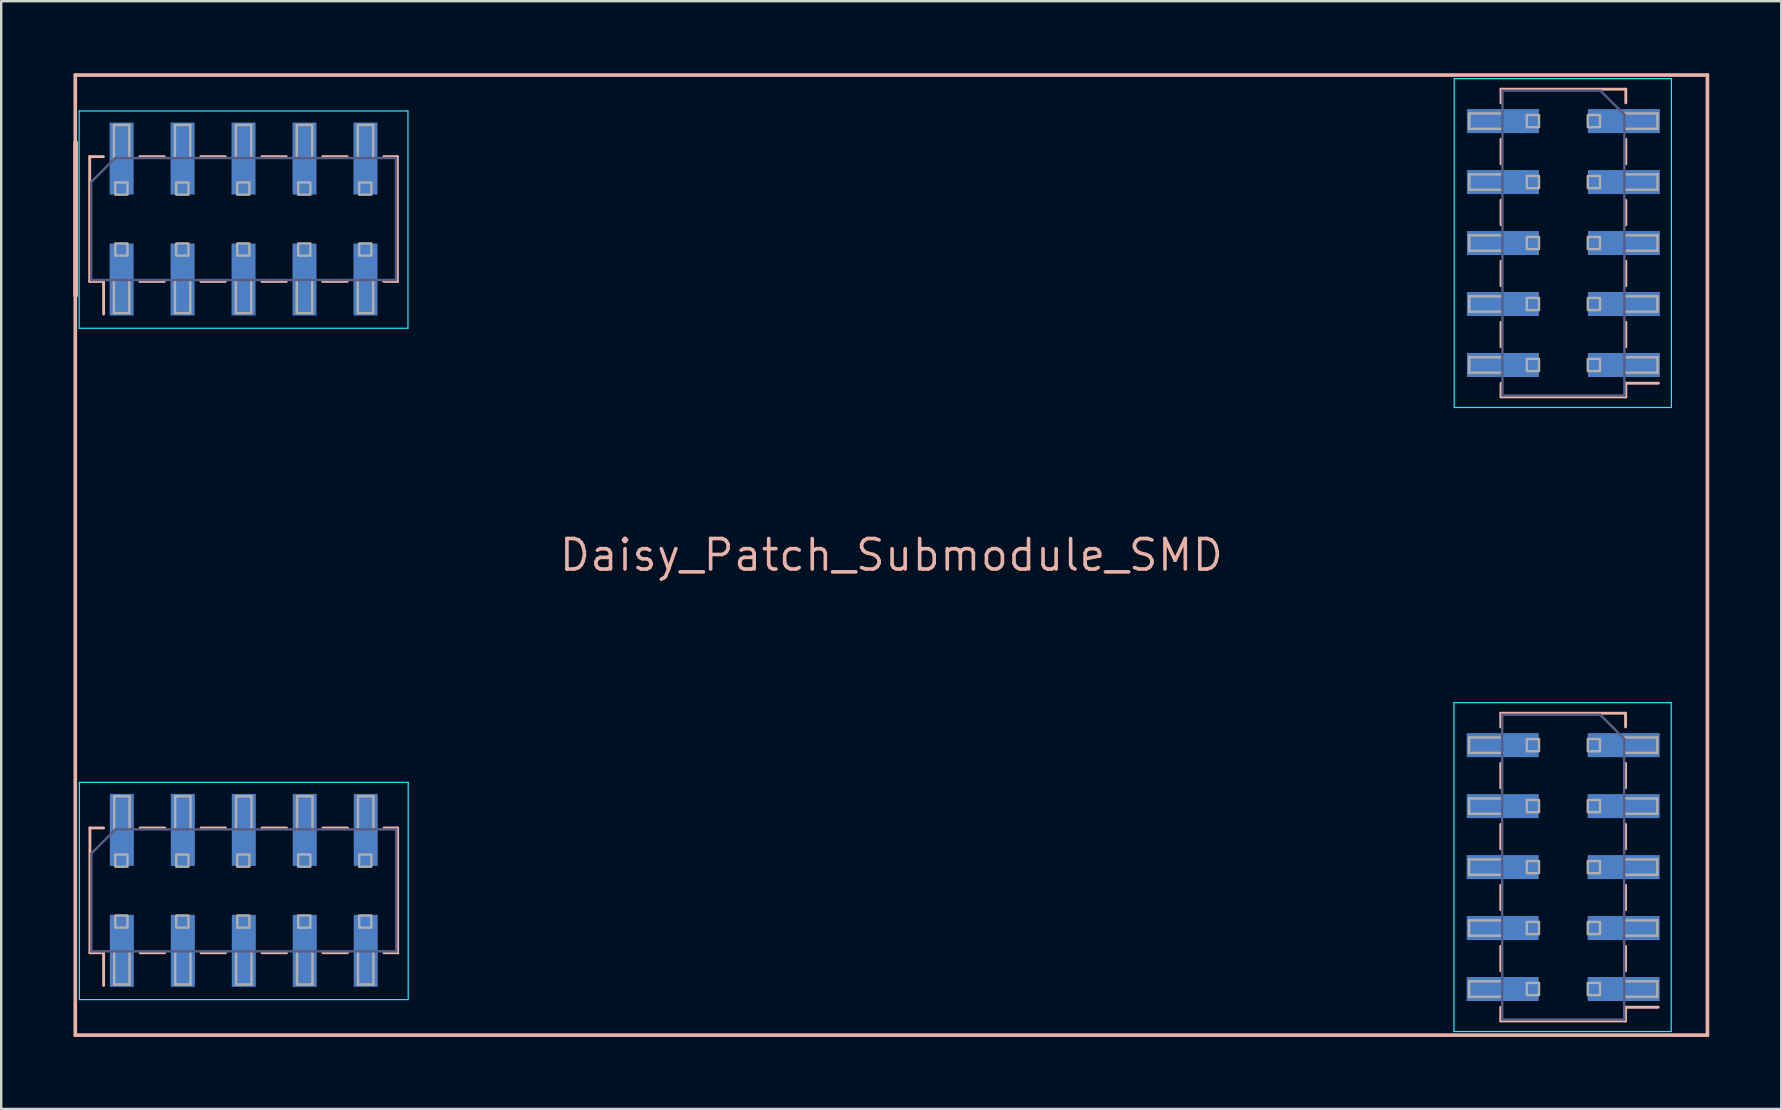
<source format=kicad_pcb>
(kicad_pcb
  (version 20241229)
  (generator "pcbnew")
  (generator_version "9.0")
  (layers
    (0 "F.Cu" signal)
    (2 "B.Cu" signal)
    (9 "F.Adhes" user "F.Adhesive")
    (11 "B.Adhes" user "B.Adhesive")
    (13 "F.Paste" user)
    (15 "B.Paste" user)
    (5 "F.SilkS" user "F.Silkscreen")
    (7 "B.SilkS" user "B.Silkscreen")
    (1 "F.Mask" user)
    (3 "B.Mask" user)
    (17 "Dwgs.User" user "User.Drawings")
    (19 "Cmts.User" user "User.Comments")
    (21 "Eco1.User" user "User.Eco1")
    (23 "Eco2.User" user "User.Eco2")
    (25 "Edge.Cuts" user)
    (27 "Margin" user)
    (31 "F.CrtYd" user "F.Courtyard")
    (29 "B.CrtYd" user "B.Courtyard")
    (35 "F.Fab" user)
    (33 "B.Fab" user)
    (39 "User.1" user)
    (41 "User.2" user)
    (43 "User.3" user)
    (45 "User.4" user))
  (footprint "Daisy_Patch_Submodule_SMD"
    (layer "F.Cu")
    (at 34.087 20.076)
    (property "Reference" "Daisy_Patch_Submodule_SMD" (at 0 0 0) (layer "B.SilkS") (effects (font (size 1.27 1.27) (thickness 0.15))))
    (attr through_hole)
    (fp_line (start -34 -20) (end 34 -20) (stroke (width 0.152) (type solid)) (layer "B.SilkS"))
    (fp_line (start -34 20) (end -34 -20) (stroke (width 0.152) (type solid)) (layer "B.SilkS"))
    (fp_line (start -34 20) (end 34 20) (stroke (width 0.152) (type solid)) (layer "B.SilkS"))
    (fp_line (start -33.985 -10.825) (end -33.985 -17.175) (stroke (width 0.203) (type solid)) (layer "B.SilkS"))
    (fp_line (start -33.4 -16.6) (end -32.83 -16.6) (stroke (width 0.12) (type solid)) (layer "B.SilkS"))
    (fp_line (start -33.4 -11.4) (end -33.4 -16.6) (stroke (width 0.12) (type solid)) (layer "B.SilkS"))
    (fp_line (start -33.4 -11.4) (end -32.83 -11.4) (stroke (width 0.12) (type solid)) (layer "B.SilkS"))
    (fp_line (start -33.39 11.37) (end -32.82 11.37) (stroke (width 0.12) (type solid)) (layer "B.SilkS"))
    (fp_line (start -33.39 16.57) (end -33.39 11.37) (stroke (width 0.12) (type solid)) (layer "B.SilkS"))
    (fp_line (start -33.39 16.57) (end -32.82 16.57) (stroke (width 0.12) (type solid)) (layer "B.SilkS"))
    (fp_line (start -32.82 -10.04) (end -32.82 -11.4) (stroke (width 0.12) (type solid)) (layer "B.SilkS"))
    (fp_line (start -32.82 17.93) (end -32.82 16.57) (stroke (width 0.12) (type solid)) (layer "B.SilkS"))
    (fp_line (start -31.31 -16.6) (end -30.29 -16.6) (stroke (width 0.12) (type solid)) (layer "B.SilkS"))
    (fp_line (start -31.31 -11.4) (end -30.29 -11.4) (stroke (width 0.12) (type solid)) (layer "B.SilkS"))
    (fp_line (start -31.3 11.37) (end -30.28 11.37) (stroke (width 0.12) (type solid)) (layer "B.SilkS"))
    (fp_line (start -31.3 16.57) (end -30.28 16.57) (stroke (width 0.12) (type solid)) (layer "B.SilkS"))
    (fp_line (start -28.77 -16.6) (end -27.75 -16.6) (stroke (width 0.12) (type solid)) (layer "B.SilkS"))
    (fp_line (start -28.77 -11.4) (end -27.75 -11.4) (stroke (width 0.12) (type solid)) (layer "B.SilkS"))
    (fp_line (start -28.76 11.37) (end -27.74 11.37) (stroke (width 0.12) (type solid)) (layer "B.SilkS"))
    (fp_line (start -28.76 16.57) (end -27.74 16.57) (stroke (width 0.12) (type solid)) (layer "B.SilkS"))
    (fp_line (start -26.23 -16.6) (end -25.21 -16.6) (stroke (width 0.12) (type solid)) (layer "B.SilkS"))
    (fp_line (start -26.23 -11.4) (end -25.21 -11.4) (stroke (width 0.12) (type solid)) (layer "B.SilkS"))
    (fp_line (start -26.22 11.37) (end -25.2 11.37) (stroke (width 0.12) (type solid)) (layer "B.SilkS"))
    (fp_line (start -26.22 16.57) (end -25.2 16.57) (stroke (width 0.12) (type solid)) (layer "B.SilkS"))
    (fp_line (start -23.69 -16.6) (end -22.67 -16.6) (stroke (width 0.12) (type solid)) (layer "B.SilkS"))
    (fp_line (start -23.69 -11.4) (end -22.67 -11.4) (stroke (width 0.12) (type solid)) (layer "B.SilkS"))
    (fp_line (start -23.68 11.37) (end -22.66 11.37) (stroke (width 0.12) (type solid)) (layer "B.SilkS"))
    (fp_line (start -23.68 16.57) (end -22.66 16.57) (stroke (width 0.12) (type solid)) (layer "B.SilkS"))
    (fp_line (start -21.15 -16.6) (end -20.58 -16.6) (stroke (width 0.12) (type solid)) (layer "B.SilkS"))
    (fp_line (start -21.15 -11.4) (end -20.58 -11.4) (stroke (width 0.12) (type solid)) (layer "B.SilkS"))
    (fp_line (start -21.14 11.37) (end -20.57 11.37) (stroke (width 0.12) (type solid)) (layer "B.SilkS"))
    (fp_line (start -21.14 16.57) (end -20.57 16.57) (stroke (width 0.12) (type solid)) (layer "B.SilkS"))
    (fp_line (start -20.58 -11.4) (end -20.58 -16.6) (stroke (width 0.12) (type solid)) (layer "B.SilkS"))
    (fp_line (start -20.57 16.57) (end -20.57 11.37) (stroke (width 0.12) (type solid)) (layer "B.SilkS"))
    (fp_line (start 25.39 6.59) (end 25.39 7.16) (stroke (width 0.12) (type solid)) (layer "B.SilkS"))
    (fp_line (start 25.39 6.59) (end 30.59 6.59) (stroke (width 0.12) (type solid)) (layer "B.SilkS"))
    (fp_line (start 25.39 8.68) (end 25.39 9.7) (stroke (width 0.12) (type solid)) (layer "B.SilkS"))
    (fp_line (start 25.39 11.22) (end 25.39 12.24) (stroke (width 0.12) (type solid)) (layer "B.SilkS"))
    (fp_line (start 25.39 13.76) (end 25.39 14.78) (stroke (width 0.12) (type solid)) (layer "B.SilkS"))
    (fp_line (start 25.39 16.3) (end 25.39 17.32) (stroke (width 0.12) (type solid)) (layer "B.SilkS"))
    (fp_line (start 25.39 18.84) (end 25.39 19.41) (stroke (width 0.12) (type solid)) (layer "B.SilkS"))
    (fp_line (start 25.39 19.41) (end 30.59 19.41) (stroke (width 0.12) (type solid)) (layer "B.SilkS"))
    (fp_line (start 25.4 -19.41) (end 25.4 -18.84) (stroke (width 0.12) (type solid)) (layer "B.SilkS"))
    (fp_line (start 25.4 -19.41) (end 30.6 -19.41) (stroke (width 0.12) (type solid)) (layer "B.SilkS"))
    (fp_line (start 25.4 -17.32) (end 25.4 -16.3) (stroke (width 0.12) (type solid)) (layer "B.SilkS"))
    (fp_line (start 25.4 -14.78) (end 25.4 -13.76) (stroke (width 0.12) (type solid)) (layer "B.SilkS"))
    (fp_line (start 25.4 -12.24) (end 25.4 -11.22) (stroke (width 0.12) (type solid)) (layer "B.SilkS"))
    (fp_line (start 25.4 -9.7) (end 25.4 -8.68) (stroke (width 0.12) (type solid)) (layer "B.SilkS"))
    (fp_line (start 25.4 -7.16) (end 25.4 -6.59) (stroke (width 0.12) (type solid)) (layer "B.SilkS"))
    (fp_line (start 25.4 -6.59) (end 30.6 -6.59) (stroke (width 0.12) (type solid)) (layer "B.SilkS"))
    (fp_line (start 30.59 6.59) (end 30.59 7.16) (stroke (width 0.12) (type solid)) (layer "B.SilkS"))
    (fp_line (start 30.59 8.68) (end 30.59 9.7) (stroke (width 0.12) (type solid)) (layer "B.SilkS"))
    (fp_line (start 30.59 11.22) (end 30.59 12.24) (stroke (width 0.12) (type solid)) (layer "B.SilkS"))
    (fp_line (start 30.59 13.76) (end 30.59 14.78) (stroke (width 0.12) (type solid)) (layer "B.SilkS"))
    (fp_line (start 30.59 16.3) (end 30.59 17.32) (stroke (width 0.12) (type solid)) (layer "B.SilkS"))
    (fp_line (start 30.59 18.84) (end 30.59 19.41) (stroke (width 0.12) (type solid)) (layer "B.SilkS"))
    (fp_line (start 30.59 18.84) (end 31.95 18.84) (stroke (width 0.12) (type solid)) (layer "B.SilkS"))
    (fp_line (start 30.6 -19.41) (end 30.6 -18.84) (stroke (width 0.12) (type solid)) (layer "B.SilkS"))
    (fp_line (start 30.6 -17.32) (end 30.6 -16.3) (stroke (width 0.12) (type solid)) (layer "B.SilkS"))
    (fp_line (start 30.6 -14.78) (end 30.6 -13.76) (stroke (width 0.12) (type solid)) (layer "B.SilkS"))
    (fp_line (start 30.6 -12.24) (end 30.6 -11.22) (stroke (width 0.12) (type solid)) (layer "B.SilkS"))
    (fp_line (start 30.6 -9.7) (end 30.6 -8.68) (stroke (width 0.12) (type solid)) (layer "B.SilkS"))
    (fp_line (start 30.6 -7.16) (end 30.6 -6.59) (stroke (width 0.12) (type solid)) (layer "B.SilkS"))
    (fp_line (start 30.6 -7.16) (end 31.96 -7.16) (stroke (width 0.12) (type solid)) (layer "B.SilkS"))
    (fp_line (start 34 20) (end 34 -20) (stroke (width 0.152) (type solid)) (layer "B.SilkS"))
    (fp_line (start -33.84 -18.5) (end -20.14 -18.5) (stroke (width 0.05) (type solid)) (layer "B.CrtYd"))
    (fp_line (start -33.84 -9.45) (end -33.84 -18.5) (stroke (width 0.05) (type solid)) (layer "B.CrtYd"))
    (fp_line (start -33.83 9.47) (end -20.13 9.47) (stroke (width 0.05) (type solid)) (layer "B.CrtYd"))
    (fp_line (start -33.83 18.52) (end -33.83 9.47) (stroke (width 0.05) (type solid)) (layer "B.CrtYd"))
    (fp_line (start -20.14 -18.5) (end -20.14 -9.45) (stroke (width 0.05) (type solid)) (layer "B.CrtYd"))
    (fp_line (start -20.14 -9.45) (end -33.84 -9.45) (stroke (width 0.05) (type solid)) (layer "B.CrtYd"))
    (fp_line (start -20.13 9.47) (end -20.13 18.52) (stroke (width 0.05) (type solid)) (layer "B.CrtYd"))
    (fp_line (start -20.13 18.52) (end -33.83 18.52) (stroke (width 0.05) (type solid)) (layer "B.CrtYd"))
    (fp_line (start 23.44 6.15) (end 32.49 6.15) (stroke (width 0.05) (type solid)) (layer "B.CrtYd"))
    (fp_line (start 23.44 19.85) (end 23.44 6.15) (stroke (width 0.05) (type solid)) (layer "B.CrtYd"))
    (fp_line (start 23.45 -19.85) (end 32.5 -19.85) (stroke (width 0.05) (type solid)) (layer "B.CrtYd"))
    (fp_line (start 23.45 -6.15) (end 23.45 -19.85) (stroke (width 0.05) (type solid)) (layer "B.CrtYd"))
    (fp_line (start 32.49 6.15) (end 32.49 19.85) (stroke (width 0.05) (type solid)) (layer "B.CrtYd"))
    (fp_line (start 32.49 19.85) (end 23.44 19.85) (stroke (width 0.05) (type solid)) (layer "B.CrtYd"))
    (fp_line (start 32.5 -19.85) (end 32.5 -6.15) (stroke (width 0.05) (type solid)) (layer "B.CrtYd"))
    (fp_line (start 32.5 -6.15) (end 23.45 -6.15) (stroke (width 0.05) (type solid)) (layer "B.CrtYd"))
    (fp_line (start -33.34 -15.54) (end -32.34 -16.54) (stroke (width 0.1) (type solid)) (layer "B.Fab"))
    (fp_line (start -33.34 -11.46) (end -33.34 -15.54) (stroke (width 0.1) (type solid)) (layer "B.Fab"))
    (fp_line (start -33.33 12.43) (end -32.33 11.43) (stroke (width 0.1) (type solid)) (layer "B.Fab"))
    (fp_line (start -33.33 16.51) (end -33.33 12.43) (stroke (width 0.1) (type solid)) (layer "B.Fab"))
    (fp_line (start -32.34 -16.54) (end -20.64 -16.54) (stroke (width 0.1) (type solid)) (layer "B.Fab"))
    (fp_line (start -32.33 11.43) (end -20.63 11.43) (stroke (width 0.1) (type solid)) (layer "B.Fab"))
    (fp_line (start -20.64 -16.54) (end -20.64 -11.46) (stroke (width 0.1) (type solid)) (layer "B.Fab"))
    (fp_line (start -20.64 -11.46) (end -33.34 -11.46) (stroke (width 0.1) (type solid)) (layer "B.Fab"))
    (fp_line (start -20.63 11.43) (end -20.63 16.51) (stroke (width 0.1) (type solid)) (layer "B.Fab"))
    (fp_line (start -20.63 16.51) (end -33.33 16.51) (stroke (width 0.1) (type solid)) (layer "B.Fab"))
    (fp_line (start 25.45 6.65) (end 29.53 6.65) (stroke (width 0.1) (type solid)) (layer "B.Fab"))
    (fp_line (start 25.45 19.35) (end 25.45 6.65) (stroke (width 0.1) (type solid)) (layer "B.Fab"))
    (fp_line (start 25.46 -19.35) (end 29.54 -19.35) (stroke (width 0.1) (type solid)) (layer "B.Fab"))
    (fp_line (start 25.46 -6.65) (end 25.46 -19.35) (stroke (width 0.1) (type solid)) (layer "B.Fab"))
    (fp_line (start 29.53 6.65) (end 30.53 7.65) (stroke (width 0.1) (type solid)) (layer "B.Fab"))
    (fp_line (start 29.54 -19.35) (end 30.54 -18.35) (stroke (width 0.1) (type solid)) (layer "B.Fab"))
    (fp_line (start 30.53 7.65) (end 30.53 19.35) (stroke (width 0.1) (type solid)) (layer "B.Fab"))
    (fp_line (start 30.53 19.35) (end 25.45 19.35) (stroke (width 0.1) (type solid)) (layer "B.Fab"))
    (fp_line (start 30.54 -18.35) (end 30.54 -6.65) (stroke (width 0.1) (type solid)) (layer "B.Fab"))
    (fp_line (start 30.54 -6.65) (end 25.46 -6.65) (stroke (width 0.1) (type solid)) (layer "B.Fab"))
    (fp_line (start -32.39 -17.92) (end -31.75 -17.92) (stroke (width 0.1) (type solid)) (layer "F.Fab"))
    (fp_line (start -32.39 -16.54) (end -32.39 -17.92) (stroke (width 0.1) (type solid)) (layer "F.Fab"))
    (fp_line (start -32.39 -10.08) (end -32.39 -11.46) (stroke (width 0.1) (type solid)) (layer "F.Fab"))
    (fp_line (start -32.38 10.05) (end -31.74 10.05) (stroke (width 0.1) (type solid)) (layer "F.Fab"))
    (fp_line (start -32.38 11.43) (end -32.38 10.05) (stroke (width 0.1) (type solid)) (layer "F.Fab"))
    (fp_line (start -32.38 17.89) (end -32.38 16.51) (stroke (width 0.1) (type solid)) (layer "F.Fab"))
    (fp_line (start -31.75 -17.92) (end -31.75 -16.54) (stroke (width 0.1) (type solid)) (layer "F.Fab"))
    (fp_line (start -31.75 -11.46) (end -31.75 -10.08) (stroke (width 0.1) (type solid)) (layer "F.Fab"))
    (fp_line (start -31.75 -10.08) (end -32.39 -10.08) (stroke (width 0.1) (type solid)) (layer "F.Fab"))
    (fp_line (start -31.74 10.05) (end -31.74 11.43) (stroke (width 0.1) (type solid)) (layer "F.Fab"))
    (fp_line (start -31.74 16.51) (end -31.74 17.89) (stroke (width 0.1) (type solid)) (layer "F.Fab"))
    (fp_line (start -31.74 17.89) (end -32.38 17.89) (stroke (width 0.1) (type solid)) (layer "F.Fab"))
    (fp_line (start -29.85 -17.92) (end -29.21 -17.92) (stroke (width 0.1) (type solid)) (layer "F.Fab"))
    (fp_line (start -29.85 -16.54) (end -29.85 -17.92) (stroke (width 0.1) (type solid)) (layer "F.Fab"))
    (fp_line (start -29.85 -10.08) (end -29.85 -11.46) (stroke (width 0.1) (type solid)) (layer "F.Fab"))
    (fp_line (start -29.84 10.05) (end -29.2 10.05) (stroke (width 0.1) (type solid)) (layer "F.Fab"))
    (fp_line (start -29.84 11.43) (end -29.84 10.05) (stroke (width 0.1) (type solid)) (layer "F.Fab"))
    (fp_line (start -29.84 17.89) (end -29.84 16.51) (stroke (width 0.1) (type solid)) (layer "F.Fab"))
    (fp_line (start -29.21 -17.92) (end -29.21 -16.54) (stroke (width 0.1) (type solid)) (layer "F.Fab"))
    (fp_line (start -29.21 -11.46) (end -29.21 -10.08) (stroke (width 0.1) (type solid)) (layer "F.Fab"))
    (fp_line (start -29.21 -10.08) (end -29.85 -10.08) (stroke (width 0.1) (type solid)) (layer "F.Fab"))
    (fp_line (start -29.2 10.05) (end -29.2 11.43) (stroke (width 0.1) (type solid)) (layer "F.Fab"))
    (fp_line (start -29.2 16.51) (end -29.2 17.89) (stroke (width 0.1) (type solid)) (layer "F.Fab"))
    (fp_line (start -29.2 17.89) (end -29.84 17.89) (stroke (width 0.1) (type solid)) (layer "F.Fab"))
    (fp_line (start -27.31 -17.92) (end -26.67 -17.92) (stroke (width 0.1) (type solid)) (layer "F.Fab"))
    (fp_line (start -27.31 -16.54) (end -27.31 -17.92) (stroke (width 0.1) (type solid)) (layer "F.Fab"))
    (fp_line (start -27.31 -10.08) (end -27.31 -11.46) (stroke (width 0.1) (type solid)) (layer "F.Fab"))
    (fp_line (start -27.3 10.05) (end -26.66 10.05) (stroke (width 0.1) (type solid)) (layer "F.Fab"))
    (fp_line (start -27.3 11.43) (end -27.3 10.05) (stroke (width 0.1) (type solid)) (layer "F.Fab"))
    (fp_line (start -27.3 17.89) (end -27.3 16.51) (stroke (width 0.1) (type solid)) (layer "F.Fab"))
    (fp_line (start -26.67 -17.92) (end -26.67 -16.54) (stroke (width 0.1) (type solid)) (layer "F.Fab"))
    (fp_line (start -26.67 -11.46) (end -26.67 -10.08) (stroke (width 0.1) (type solid)) (layer "F.Fab"))
    (fp_line (start -26.67 -10.08) (end -27.31 -10.08) (stroke (width 0.1) (type solid)) (layer "F.Fab"))
    (fp_line (start -26.66 10.05) (end -26.66 11.43) (stroke (width 0.1) (type solid)) (layer "F.Fab"))
    (fp_line (start -26.66 16.51) (end -26.66 17.89) (stroke (width 0.1) (type solid)) (layer "F.Fab"))
    (fp_line (start -26.66 17.89) (end -27.3 17.89) (stroke (width 0.1) (type solid)) (layer "F.Fab"))
    (fp_line (start -24.77 -17.92) (end -24.13 -17.92) (stroke (width 0.1) (type solid)) (layer "F.Fab"))
    (fp_line (start -24.77 -16.54) (end -24.77 -17.92) (stroke (width 0.1) (type solid)) (layer "F.Fab"))
    (fp_line (start -24.77 -10.08) (end -24.77 -11.46) (stroke (width 0.1) (type solid)) (layer "F.Fab"))
    (fp_line (start -24.76 10.05) (end -24.12 10.05) (stroke (width 0.1) (type solid)) (layer "F.Fab"))
    (fp_line (start -24.76 11.43) (end -24.76 10.05) (stroke (width 0.1) (type solid)) (layer "F.Fab"))
    (fp_line (start -24.76 17.89) (end -24.76 16.51) (stroke (width 0.1) (type solid)) (layer "F.Fab"))
    (fp_line (start -24.13 -17.92) (end -24.13 -16.54) (stroke (width 0.1) (type solid)) (layer "F.Fab"))
    (fp_line (start -24.13 -11.46) (end -24.13 -10.08) (stroke (width 0.1) (type solid)) (layer "F.Fab"))
    (fp_line (start -24.13 -10.08) (end -24.77 -10.08) (stroke (width 0.1) (type solid)) (layer "F.Fab"))
    (fp_line (start -24.12 10.05) (end -24.12 11.43) (stroke (width 0.1) (type solid)) (layer "F.Fab"))
    (fp_line (start -24.12 16.51) (end -24.12 17.89) (stroke (width 0.1) (type solid)) (layer "F.Fab"))
    (fp_line (start -24.12 17.89) (end -24.76 17.89) (stroke (width 0.1) (type solid)) (layer "F.Fab"))
    (fp_line (start -22.23 -17.92) (end -21.59 -17.92) (stroke (width 0.1) (type solid)) (layer "F.Fab"))
    (fp_line (start -22.23 -16.54) (end -22.23 -17.92) (stroke (width 0.1) (type solid)) (layer "F.Fab"))
    (fp_line (start -22.23 -10.08) (end -22.23 -11.46) (stroke (width 0.1) (type solid)) (layer "F.Fab"))
    (fp_line (start -22.22 10.05) (end -21.58 10.05) (stroke (width 0.1) (type solid)) (layer "F.Fab"))
    (fp_line (start -22.22 11.43) (end -22.22 10.05) (stroke (width 0.1) (type solid)) (layer "F.Fab"))
    (fp_line (start -22.22 17.89) (end -22.22 16.51) (stroke (width 0.1) (type solid)) (layer "F.Fab"))
    (fp_line (start -21.59 -17.92) (end -21.59 -16.54) (stroke (width 0.1) (type solid)) (layer "F.Fab"))
    (fp_line (start -21.59 -11.46) (end -21.59 -10.08) (stroke (width 0.1) (type solid)) (layer "F.Fab"))
    (fp_line (start -21.59 -10.08) (end -22.23 -10.08) (stroke (width 0.1) (type solid)) (layer "F.Fab"))
    (fp_line (start -21.58 10.05) (end -21.58 11.43) (stroke (width 0.1) (type solid)) (layer "F.Fab"))
    (fp_line (start -21.58 16.51) (end -21.58 17.89) (stroke (width 0.1) (type solid)) (layer "F.Fab"))
    (fp_line (start -21.58 17.89) (end -22.22 17.89) (stroke (width 0.1) (type solid)) (layer "F.Fab"))
    (fp_line (start 24.07 7.6) (end 25.45 7.6) (stroke (width 0.1) (type solid)) (layer "F.Fab"))
    (fp_line (start 24.07 8.24) (end 24.07 7.6) (stroke (width 0.1) (type solid)) (layer "F.Fab"))
    (fp_line (start 24.07 10.14) (end 25.45 10.14) (stroke (width 0.1) (type solid)) (layer "F.Fab"))
    (fp_line (start 24.07 10.78) (end 24.07 10.14) (stroke (width 0.1) (type solid)) (layer "F.Fab"))
    (fp_line (start 24.07 12.68) (end 25.45 12.68) (stroke (width 0.1) (type solid)) (layer "F.Fab"))
    (fp_line (start 24.07 13.32) (end 24.07 12.68) (stroke (width 0.1) (type solid)) (layer "F.Fab"))
    (fp_line (start 24.07 15.22) (end 25.45 15.22) (stroke (width 0.1) (type solid)) (layer "F.Fab"))
    (fp_line (start 24.07 15.86) (end 24.07 15.22) (stroke (width 0.1) (type solid)) (layer "F.Fab"))
    (fp_line (start 24.07 17.76) (end 25.45 17.76) (stroke (width 0.1) (type solid)) (layer "F.Fab"))
    (fp_line (start 24.07 18.4) (end 24.07 17.76) (stroke (width 0.1) (type solid)) (layer "F.Fab"))
    (fp_line (start 24.08 -18.4) (end 25.46 -18.4) (stroke (width 0.1) (type solid)) (layer "F.Fab"))
    (fp_line (start 24.08 -17.76) (end 24.08 -18.4) (stroke (width 0.1) (type solid)) (layer "F.Fab"))
    (fp_line (start 24.08 -15.86) (end 25.46 -15.86) (stroke (width 0.1) (type solid)) (layer "F.Fab"))
    (fp_line (start 24.08 -15.22) (end 24.08 -15.86) (stroke (width 0.1) (type solid)) (layer "F.Fab"))
    (fp_line (start 24.08 -13.32) (end 25.46 -13.32) (stroke (width 0.1) (type solid)) (layer "F.Fab"))
    (fp_line (start 24.08 -12.68) (end 24.08 -13.32) (stroke (width 0.1) (type solid)) (layer "F.Fab"))
    (fp_line (start 24.08 -10.78) (end 25.46 -10.78) (stroke (width 0.1) (type solid)) (layer "F.Fab"))
    (fp_line (start 24.08 -10.14) (end 24.08 -10.78) (stroke (width 0.1) (type solid)) (layer "F.Fab"))
    (fp_line (start 24.08 -8.24) (end 25.46 -8.24) (stroke (width 0.1) (type solid)) (layer "F.Fab"))
    (fp_line (start 24.08 -7.6) (end 24.08 -8.24) (stroke (width 0.1) (type solid)) (layer "F.Fab"))
    (fp_line (start 25.45 8.24) (end 24.07 8.24) (stroke (width 0.1) (type solid)) (layer "F.Fab"))
    (fp_line (start 25.45 10.78) (end 24.07 10.78) (stroke (width 0.1) (type solid)) (layer "F.Fab"))
    (fp_line (start 25.45 13.32) (end 24.07 13.32) (stroke (width 0.1) (type solid)) (layer "F.Fab"))
    (fp_line (start 25.45 15.86) (end 24.07 15.86) (stroke (width 0.1) (type solid)) (layer "F.Fab"))
    (fp_line (start 25.45 18.4) (end 24.07 18.4) (stroke (width 0.1) (type solid)) (layer "F.Fab"))
    (fp_line (start 25.46 -17.76) (end 24.08 -17.76) (stroke (width 0.1) (type solid)) (layer "F.Fab"))
    (fp_line (start 25.46 -15.22) (end 24.08 -15.22) (stroke (width 0.1) (type solid)) (layer "F.Fab"))
    (fp_line (start 25.46 -12.68) (end 24.08 -12.68) (stroke (width 0.1) (type solid)) (layer "F.Fab"))
    (fp_line (start 25.46 -10.14) (end 24.08 -10.14) (stroke (width 0.1) (type solid)) (layer "F.Fab"))
    (fp_line (start 25.46 -7.6) (end 24.08 -7.6) (stroke (width 0.1) (type solid)) (layer "F.Fab"))
    (fp_line (start 30.53 7.6) (end 31.91 7.6) (stroke (width 0.1) (type solid)) (layer "F.Fab"))
    (fp_line (start 30.53 10.14) (end 31.91 10.14) (stroke (width 0.1) (type solid)) (layer "F.Fab"))
    (fp_line (start 30.53 12.68) (end 31.91 12.68) (stroke (width 0.1) (type solid)) (layer "F.Fab"))
    (fp_line (start 30.53 15.22) (end 31.91 15.22) (stroke (width 0.1) (type solid)) (layer "F.Fab"))
    (fp_line (start 30.53 17.76) (end 31.91 17.76) (stroke (width 0.1) (type solid)) (layer "F.Fab"))
    (fp_line (start 30.54 -18.4) (end 31.92 -18.4) (stroke (width 0.1) (type solid)) (layer "F.Fab"))
    (fp_line (start 30.54 -15.86) (end 31.92 -15.86) (stroke (width 0.1) (type solid)) (layer "F.Fab"))
    (fp_line (start 30.54 -13.32) (end 31.92 -13.32) (stroke (width 0.1) (type solid)) (layer "F.Fab"))
    (fp_line (start 30.54 -10.78) (end 31.92 -10.78) (stroke (width 0.1) (type solid)) (layer "F.Fab"))
    (fp_line (start 30.54 -8.24) (end 31.92 -8.24) (stroke (width 0.1) (type solid)) (layer "F.Fab"))
    (fp_line (start 31.91 7.6) (end 31.91 8.24) (stroke (width 0.1) (type solid)) (layer "F.Fab"))
    (fp_line (start 31.91 8.24) (end 30.53 8.24) (stroke (width 0.1) (type solid)) (layer "F.Fab"))
    (fp_line (start 31.91 10.14) (end 31.91 10.78) (stroke (width 0.1) (type solid)) (layer "F.Fab"))
    (fp_line (start 31.91 10.78) (end 30.53 10.78) (stroke (width 0.1) (type solid)) (layer "F.Fab"))
    (fp_line (start 31.91 12.68) (end 31.91 13.32) (stroke (width 0.1) (type solid)) (layer "F.Fab"))
    (fp_line (start 31.91 13.32) (end 30.53 13.32) (stroke (width 0.1) (type solid)) (layer "F.Fab"))
    (fp_line (start 31.91 15.22) (end 31.91 15.86) (stroke (width 0.1) (type solid)) (layer "F.Fab"))
    (fp_line (start 31.91 15.86) (end 30.53 15.86) (stroke (width 0.1) (type solid)) (layer "F.Fab"))
    (fp_line (start 31.91 17.76) (end 31.91 18.4) (stroke (width 0.1) (type solid)) (layer "F.Fab"))
    (fp_line (start 31.91 18.4) (end 30.53 18.4) (stroke (width 0.1) (type solid)) (layer "F.Fab"))
    (fp_line (start 31.92 -18.4) (end 31.92 -17.76) (stroke (width 0.1) (type solid)) (layer "F.Fab"))
    (fp_line (start 31.92 -17.76) (end 30.54 -17.76) (stroke (width 0.1) (type solid)) (layer "F.Fab"))
    (fp_line (start 31.92 -15.86) (end 31.92 -15.22) (stroke (width 0.1) (type solid)) (layer "F.Fab"))
    (fp_line (start 31.92 -15.22) (end 30.54 -15.22) (stroke (width 0.1) (type solid)) (layer "F.Fab"))
    (fp_line (start 31.92 -13.32) (end 31.92 -12.68) (stroke (width 0.1) (type solid)) (layer "F.Fab"))
    (fp_line (start 31.92 -12.68) (end 30.54 -12.68) (stroke (width 0.1) (type solid)) (layer "F.Fab"))
    (fp_line (start 31.92 -10.78) (end 31.92 -10.14) (stroke (width 0.1) (type solid)) (layer "F.Fab"))
    (fp_line (start 31.92 -10.14) (end 30.54 -10.14) (stroke (width 0.1) (type solid)) (layer "F.Fab"))
    (fp_line (start 31.92 -8.24) (end 31.92 -7.6) (stroke (width 0.1) (type solid)) (layer "F.Fab"))
    (fp_line (start 31.92 -7.6) (end 30.54 -7.6) (stroke (width 0.1) (type solid)) (layer "F.Fab"))
    (fp_poly (pts (xy -31.826 -15.016) (xy -31.826 -15.524) (xy -32.334 -15.524) (xy -32.334 -15.016)) (stroke (width 0.1) (type solid)) (fill no) (layer "F.Fab"))
    (fp_poly (pts (xy -31.826 -12.476) (xy -31.826 -12.984) (xy -32.334 -12.984) (xy -32.334 -12.476)) (stroke (width 0.1) (type solid)) (fill no) (layer "F.Fab"))
    (fp_poly (pts (xy -31.826 12.984) (xy -31.826 12.476) (xy -32.334 12.476) (xy -32.334 12.984)) (stroke (width 0.1) (type solid)) (fill no) (layer "F.Fab"))
    (fp_poly (pts (xy -31.826 15.524) (xy -31.826 15.016) (xy -32.334 15.016) (xy -32.334 15.524)) (stroke (width 0.1) (type solid)) (fill no) (layer "F.Fab"))
    (fp_poly (pts (xy -29.286 -15.016) (xy -29.286 -15.524) (xy -29.794 -15.524) (xy -29.794 -15.016)) (stroke (width 0.1) (type solid)) (fill no) (layer "F.Fab"))
    (fp_poly (pts (xy -29.286 -12.476) (xy -29.286 -12.984) (xy -29.794 -12.984) (xy -29.794 -12.476)) (stroke (width 0.1) (type solid)) (fill no) (layer "F.Fab"))
    (fp_poly (pts (xy -29.286 12.984) (xy -29.286 12.476) (xy -29.794 12.476) (xy -29.794 12.984)) (stroke (width 0.1) (type solid)) (fill no) (layer "F.Fab"))
    (fp_poly (pts (xy -29.286 15.524) (xy -29.286 15.016) (xy -29.794 15.016) (xy -29.794 15.524)) (stroke (width 0.1) (type solid)) (fill no) (layer "F.Fab"))
    (fp_poly (pts (xy -26.746 -15.016) (xy -26.746 -15.524) (xy -27.254 -15.524) (xy -27.254 -15.016)) (stroke (width 0.1) (type solid)) (fill no) (layer "F.Fab"))
    (fp_poly (pts (xy -26.746 -12.476) (xy -26.746 -12.984) (xy -27.254 -12.984) (xy -27.254 -12.476)) (stroke (width 0.1) (type solid)) (fill no) (layer "F.Fab"))
    (fp_poly (pts (xy -26.746 12.984) (xy -26.746 12.476) (xy -27.254 12.476) (xy -27.254 12.984)) (stroke (width 0.1) (type solid)) (fill no) (layer "F.Fab"))
    (fp_poly (pts (xy -26.746 15.524) (xy -26.746 15.016) (xy -27.254 15.016) (xy -27.254 15.524)) (stroke (width 0.1) (type solid)) (fill no) (layer "F.Fab"))
    (fp_poly (pts (xy -24.206 -15.016) (xy -24.206 -15.524) (xy -24.714 -15.524) (xy -24.714 -15.016)) (stroke (width 0.1) (type solid)) (fill no) (layer "F.Fab"))
    (fp_poly (pts (xy -24.206 -12.476) (xy -24.206 -12.984) (xy -24.714 -12.984) (xy -24.714 -12.476)) (stroke (width 0.1) (type solid)) (fill no) (layer "F.Fab"))
    (fp_poly (pts (xy -24.206 12.984) (xy -24.206 12.476) (xy -24.714 12.476) (xy -24.714 12.984)) (stroke (width 0.1) (type solid)) (fill no) (layer "F.Fab"))
    (fp_poly (pts (xy -24.206 15.524) (xy -24.206 15.016) (xy -24.714 15.016) (xy -24.714 15.524)) (stroke (width 0.1) (type solid)) (fill no) (layer "F.Fab"))
    (fp_poly (pts (xy -21.666 -15.016) (xy -21.666 -15.524) (xy -22.174 -15.524) (xy -22.174 -15.016)) (stroke (width 0.1) (type solid)) (fill no) (layer "F.Fab"))
    (fp_poly (pts (xy -21.666 -12.476) (xy -21.666 -12.984) (xy -22.174 -12.984) (xy -22.174 -12.476)) (stroke (width 0.1) (type solid)) (fill no) (layer "F.Fab"))
    (fp_poly (pts (xy -21.666 12.984) (xy -21.666 12.476) (xy -22.174 12.476) (xy -22.174 12.984)) (stroke (width 0.1) (type solid)) (fill no) (layer "F.Fab"))
    (fp_poly (pts (xy -21.666 15.524) (xy -21.666 15.016) (xy -22.174 15.016) (xy -22.174 15.524)) (stroke (width 0.1) (type solid)) (fill no) (layer "F.Fab"))
    (fp_poly (pts (xy 26.476 -17.826) (xy 26.984 -17.826) (xy 26.984 -18.334) (xy 26.476 -18.334)) (stroke (width 0.1) (type solid)) (fill no) (layer "F.Fab"))
    (fp_poly (pts (xy 26.476 -15.286) (xy 26.984 -15.286) (xy 26.984 -15.794) (xy 26.476 -15.794)) (stroke (width 0.1) (type solid)) (fill no) (layer "F.Fab"))
    (fp_poly (pts (xy 26.476 -12.746) (xy 26.984 -12.746) (xy 26.984 -13.254) (xy 26.476 -13.254)) (stroke (width 0.1) (type solid)) (fill no) (layer "F.Fab"))
    (fp_poly (pts (xy 26.476 -10.206) (xy 26.984 -10.206) (xy 26.984 -10.714) (xy 26.476 -10.714)) (stroke (width 0.1) (type solid)) (fill no) (layer "F.Fab"))
    (fp_poly (pts (xy 26.476 -7.666) (xy 26.984 -7.666) (xy 26.984 -8.174) (xy 26.476 -8.174)) (stroke (width 0.1) (type solid)) (fill no) (layer "F.Fab"))
    (fp_poly (pts (xy 26.476 8.174) (xy 26.984 8.174) (xy 26.984 7.666) (xy 26.476 7.666)) (stroke (width 0.1) (type solid)) (fill no) (layer "F.Fab"))
    (fp_poly (pts (xy 26.476 10.714) (xy 26.984 10.714) (xy 26.984 10.206) (xy 26.476 10.206)) (stroke (width 0.1) (type solid)) (fill no) (layer "F.Fab"))
    (fp_poly (pts (xy 26.476 13.254) (xy 26.984 13.254) (xy 26.984 12.746) (xy 26.476 12.746)) (stroke (width 0.1) (type solid)) (fill no) (layer "F.Fab"))
    (fp_poly (pts (xy 26.476 15.794) (xy 26.984 15.794) (xy 26.984 15.286) (xy 26.476 15.286)) (stroke (width 0.1) (type solid)) (fill no) (layer "F.Fab"))
    (fp_poly (pts (xy 26.476 18.334) (xy 26.984 18.334) (xy 26.984 17.826) (xy 26.476 17.826)) (stroke (width 0.1) (type solid)) (fill no) (layer "F.Fab"))
    (fp_poly (pts (xy 29.016 -17.826) (xy 29.524 -17.826) (xy 29.524 -18.334) (xy 29.016 -18.334)) (stroke (width 0.1) (type solid)) (fill no) (layer "F.Fab"))
    (fp_poly (pts (xy 29.016 -15.286) (xy 29.524 -15.286) (xy 29.524 -15.794) (xy 29.016 -15.794)) (stroke (width 0.1) (type solid)) (fill no) (layer "F.Fab"))
    (fp_poly (pts (xy 29.016 -12.746) (xy 29.524 -12.746) (xy 29.524 -13.254) (xy 29.016 -13.254)) (stroke (width 0.1) (type solid)) (fill no) (layer "F.Fab"))
    (fp_poly (pts (xy 29.016 -10.206) (xy 29.524 -10.206) (xy 29.524 -10.714) (xy 29.016 -10.714)) (stroke (width 0.1) (type solid)) (fill no) (layer "F.Fab"))
    (fp_poly (pts (xy 29.016 -7.666) (xy 29.524 -7.666) (xy 29.524 -8.174) (xy 29.016 -8.174)) (stroke (width 0.1) (type solid)) (fill no) (layer "F.Fab"))
    (fp_poly (pts (xy 29.016 8.174) (xy 29.524 8.174) (xy 29.524 7.666) (xy 29.016 7.666)) (stroke (width 0.1) (type solid)) (fill no) (layer "F.Fab"))
    (fp_poly (pts (xy 29.016 10.714) (xy 29.524 10.714) (xy 29.524 10.206) (xy 29.016 10.206)) (stroke (width 0.1) (type solid)) (fill no) (layer "F.Fab"))
    (fp_poly (pts (xy 29.016 13.254) (xy 29.524 13.254) (xy 29.524 12.746) (xy 29.016 12.746)) (stroke (width 0.1) (type solid)) (fill no) (layer "F.Fab"))
    (fp_poly (pts (xy 29.016 15.794) (xy 29.524 15.794) (xy 29.524 15.286) (xy 29.016 15.286)) (stroke (width 0.1) (type solid)) (fill no) (layer "F.Fab"))
    (fp_poly (pts (xy 29.016 18.334) (xy 29.524 18.334) (xy 29.524 17.826) (xy 29.016 17.826)) (stroke (width 0.1) (type solid)) (fill no) (layer "F.Fab"))
    (pad "A1" smd rect (at -32.06 16.49 90) (size 3 1) (layers "B.Cu" "B.Mask" "B.Paste"))
    (pad "A2" smd rect (at -29.52 16.49 90) (size 3 1) (layers "B.Cu" "B.Mask" "B.Paste"))
    (pad "A3" smd rect (at -26.98 16.49 90) (size 3 1) (layers "B.Cu" "B.Mask" "B.Paste"))
    (pad "A4" smd rect (at -24.44 16.49 90) (size 3 1) (layers "B.Cu" "B.Mask" "B.Paste"))
    (pad "A5" smd rect (at -21.9 16.49 90) (size 3 1) (layers "B.Cu" "B.Mask" "B.Paste"))
    (pad "A6" smd rect (at -21.9 11.45 90) (size 3 1) (layers "B.Cu" "B.Mask" "B.Paste"))
    (pad "A7" smd rect (at -24.44 11.45 90) (size 3 1) (layers "B.Cu" "B.Mask" "B.Paste"))
    (pad "A8" smd rect (at -26.98 11.45 90) (size 3 1) (layers "B.Cu" "B.Mask" "B.Paste"))
    (pad "A9" smd rect (at -29.52 11.45 90) (size 3 1) (layers "B.Cu" "B.Mask" "B.Paste"))
    (pad "A10" smd rect (at -32.06 11.45 90) (size 3 1) (layers "B.Cu" "B.Mask" "B.Paste"))
    (pad "B1" smd rect (at 30.51 18.08) (size 3 1) (layers "B.Cu" "B.Mask" "B.Paste"))
    (pad "B2" smd rect (at 30.51 15.54) (size 3 1) (layers "B.Cu" "B.Mask" "B.Paste"))
    (pad "B3" smd rect (at 30.51 13) (size 3 1) (layers "B.Cu" "B.Mask" "B.Paste"))
    (pad "B4" smd rect (at 30.51 10.46) (size 3 1) (layers "B.Cu" "B.Mask" "B.Paste"))
    (pad "B5" smd rect (at 30.51 7.92) (size 3 1) (layers "B.Cu" "B.Mask" "B.Paste"))
    (pad "B6" smd rect (at 25.47 7.92) (size 3 1) (layers "B.Cu" "B.Mask" "B.Paste"))
    (pad "B7" smd rect (at 25.47 10.46) (size 3 1) (layers "B.Cu" "B.Mask" "B.Paste"))
    (pad "B8" smd rect (at 25.47 13) (size 3 1) (layers "B.Cu" "B.Mask" "B.Paste"))
    (pad "B9" smd rect (at 25.47 15.54) (size 3 1) (layers "B.Cu" "B.Mask" "B.Paste"))
    (pad "B10" smd rect (at 25.47 18.08) (size 3 1) (layers "B.Cu" "B.Mask" "B.Paste"))
    (pad "C1" smd rect (at 30.52 -7.92) (size 3 1) (layers "B.Cu" "B.Mask" "B.Paste"))
    (pad "C2" smd rect (at 30.52 -10.46) (size 3 1) (layers "B.Cu" "B.Mask" "B.Paste"))
    (pad "C3" smd rect (at 30.52 -13) (size 3 1) (layers "B.Cu" "B.Mask" "B.Paste"))
    (pad "C4" smd rect (at 30.52 -15.54) (size 3 1) (layers "B.Cu" "B.Mask" "B.Paste"))
    (pad "C5" smd rect (at 30.52 -18.08) (size 3 1) (layers "B.Cu" "B.Mask" "B.Paste"))
    (pad "C6" smd rect (at 25.48 -18.08) (size 3 1) (layers "B.Cu" "B.Mask" "B.Paste"))
    (pad "C7" smd rect (at 25.48 -15.54) (size 3 1) (layers "B.Cu" "B.Mask" "B.Paste"))
    (pad "C8" smd rect (at 25.48 -13) (size 3 1) (layers "B.Cu" "B.Mask" "B.Paste"))
    (pad "C9" smd rect (at 25.48 -10.46) (size 3 1) (layers "B.Cu" "B.Mask" "B.Paste"))
    (pad "C10" smd rect (at 25.48 -7.92) (size 3 1) (layers "B.Cu" "B.Mask" "B.Paste"))
    (pad "D1" smd rect (at -32.07 -11.48 90) (size 3 1) (layers "B.Cu" "B.Mask" "B.Paste"))
    (pad "D2" smd rect (at -29.53 -11.48 90) (size 3 1) (layers "B.Cu" "B.Mask" "B.Paste"))
    (pad "D3" smd rect (at -26.99 -11.48 90) (size 3 1) (layers "B.Cu" "B.Mask" "B.Paste"))
    (pad "D4" smd rect (at -24.45 -11.48 90) (size 3 1) (layers "B.Cu" "B.Mask" "B.Paste"))
    (pad "D5" smd rect (at -21.91 -11.48 90) (size 3 1) (layers "B.Cu" "B.Mask" "B.Paste"))
    (pad "D6" smd rect (at -21.91 -16.52 90) (size 3 1) (layers "B.Cu" "B.Mask" "B.Paste"))
    (pad "D7" smd rect (at -24.45 -16.52 90) (size 3 1) (layers "B.Cu" "B.Mask" "B.Paste"))
    (pad "D8" smd rect (at -26.99 -16.52 90) (size 3 1) (layers "B.Cu" "B.Mask" "B.Paste"))
    (pad "D9" smd rect (at -29.53 -16.52 90) (size 3 1) (layers "B.Cu" "B.Mask" "B.Paste"))
    (pad "D10" smd rect (at -32.07 -16.52 90) (size 3 1) (layers "B.Cu" "B.Mask" "B.Paste")))
  (gr_rect
    (start -3 -3)
    (end 71.163 43.152)
    (stroke (width 0.1) (type default))
    (fill no)
    (layer "Edge.Cuts")))
</source>
